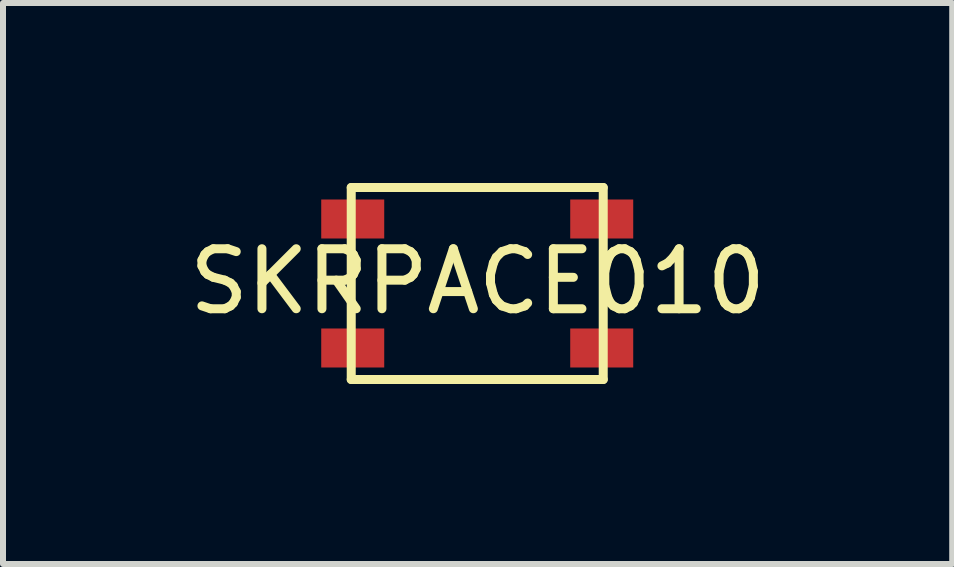
<source format=kicad_pcb>
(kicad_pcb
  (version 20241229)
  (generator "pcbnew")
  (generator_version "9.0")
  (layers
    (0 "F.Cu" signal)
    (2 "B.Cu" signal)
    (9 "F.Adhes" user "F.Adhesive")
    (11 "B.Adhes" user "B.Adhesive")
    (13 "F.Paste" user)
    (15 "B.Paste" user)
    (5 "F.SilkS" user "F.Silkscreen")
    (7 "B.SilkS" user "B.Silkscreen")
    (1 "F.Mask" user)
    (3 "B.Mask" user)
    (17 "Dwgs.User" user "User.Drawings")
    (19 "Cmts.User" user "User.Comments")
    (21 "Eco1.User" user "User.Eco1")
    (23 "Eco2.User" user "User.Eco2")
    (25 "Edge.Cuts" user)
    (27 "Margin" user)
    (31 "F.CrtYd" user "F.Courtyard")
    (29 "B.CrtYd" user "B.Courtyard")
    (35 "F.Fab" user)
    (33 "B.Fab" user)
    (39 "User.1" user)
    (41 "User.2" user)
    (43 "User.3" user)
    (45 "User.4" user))
  (footprint "SKRPACE010"
    (layer "F.Cu")
    (at 2.879 0.625)
    (property "Reference" "SKRPACE010" (at 2.032 1.016 0) (layer "F.SilkS") (effects (font (size 1 1) (thickness 0.15))))
    (attr through_hole)
    (fp_line (start -0.075 -0.55) (end -0.075 2.65) (stroke (width 0.15) (type solid)) (layer "F.SilkS"))
    (fp_line (start -0.075 2.65) (end 4.125 2.65) (stroke (width 0.15) (type solid)) (layer "F.SilkS"))
    (fp_line (start 4.125 -0.55) (end -0.075 -0.55) (stroke (width 0.15) (type solid)) (layer "F.SilkS"))
    (fp_line (start 4.125 2.65) (end 4.125 -0.55) (stroke (width 0.15) (type solid)) (layer "F.SilkS"))
    (pad "1" smd rect (at -0.05 -0.025) (size 1.05 0.65) (layers "F.Cu" "F.Mask" "F.Paste"))
    (pad "2" smd rect (at -0.05 2.125) (size 1.05 0.65) (layers "F.Cu" "F.Mask" "F.Paste"))
    (pad "3" smd rect (at 4.1 -0.025) (size 1.05 0.65) (layers "F.Cu" "F.Mask" "F.Paste"))
    (pad "4" smd rect (at 4.1 2.125) (size 1.05 0.65) (layers "F.Cu" "F.Mask" "F.Paste")))
  (gr_rect
    (start -3 -3)
    (end 12.821 6.35)
    (stroke (width 0.1) (type default))
    (fill no)
    (layer "Edge.Cuts")))
</source>
